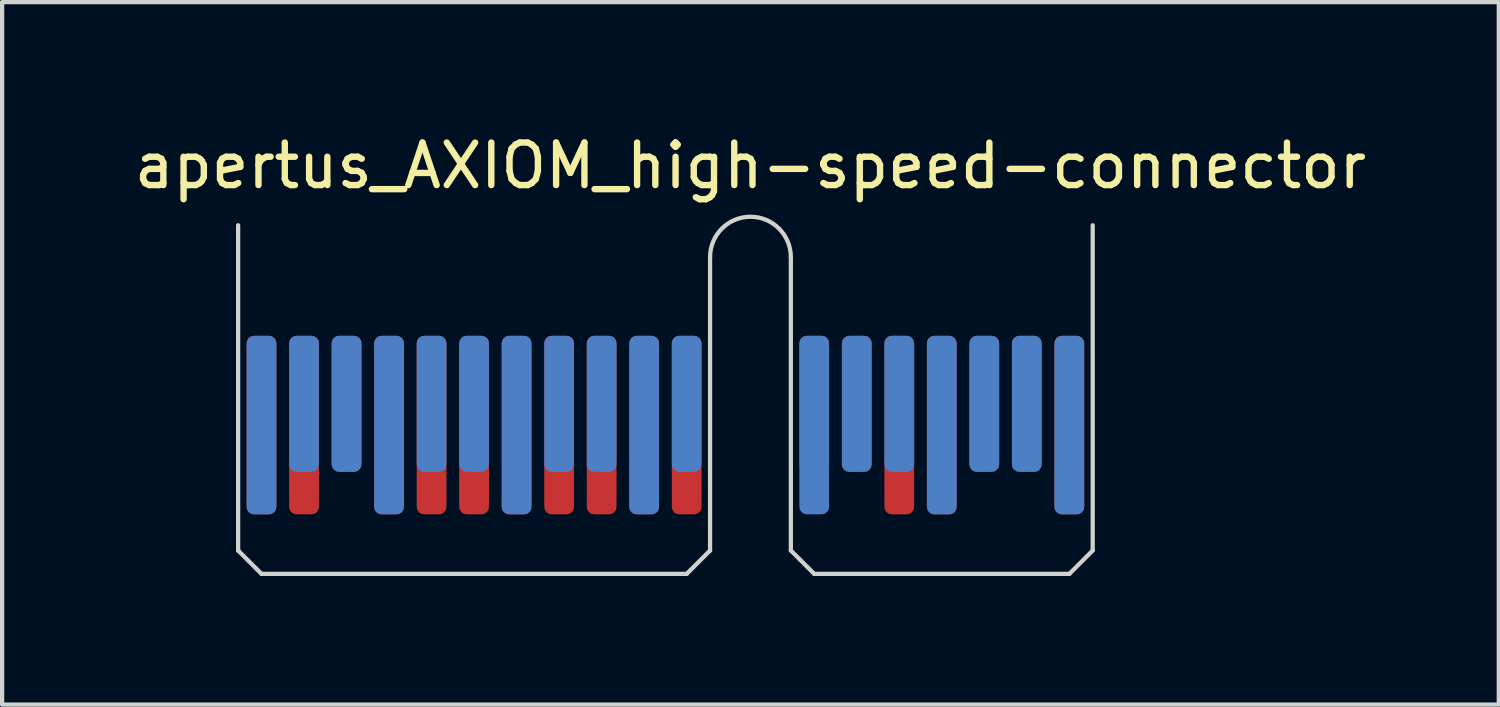
<source format=kicad_pcb>
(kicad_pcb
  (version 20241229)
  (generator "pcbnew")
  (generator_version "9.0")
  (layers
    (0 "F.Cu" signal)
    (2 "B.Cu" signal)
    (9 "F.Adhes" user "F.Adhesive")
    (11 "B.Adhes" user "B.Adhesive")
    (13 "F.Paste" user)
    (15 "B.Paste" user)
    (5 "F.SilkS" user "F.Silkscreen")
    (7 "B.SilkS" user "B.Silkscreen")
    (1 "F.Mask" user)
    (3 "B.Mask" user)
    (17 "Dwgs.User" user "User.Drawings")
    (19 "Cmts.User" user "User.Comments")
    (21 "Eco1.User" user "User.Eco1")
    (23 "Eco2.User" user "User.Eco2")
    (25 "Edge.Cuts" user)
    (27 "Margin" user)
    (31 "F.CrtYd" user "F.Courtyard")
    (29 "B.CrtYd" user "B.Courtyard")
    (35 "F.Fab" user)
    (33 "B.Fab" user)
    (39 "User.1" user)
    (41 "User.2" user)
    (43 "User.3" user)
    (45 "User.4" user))
  (footprint "apertus_AXIOM_high-speed-connector"
    (layer "F.Cu")
    (at 14.601 4.848)
    (property "Reference" "apertus_AXIOM_high-speed-connector" (at 0 -4 0) (layer "F.SilkS") (effects (font (size 1 1) (thickness 0.15))))
    (attr through_hole)
    (fp_poly (pts (xy -12.05 -0.15) (xy -0.95 -0.15) (xy -0.95 5.05) (xy -1.5 5.6) (xy -11.5 5.6) (xy -12.05 5.05)) (stroke (width 0.15) (type solid)) (fill yes) (layer "F.Mask"))
    (fp_poly (pts (xy 0.95 -0.15) (xy 8.05 -0.15) (xy 8.05 5.05) (xy 7.5 5.6) (xy 1.5 5.6) (xy 0.95 5.05)) (stroke (width 0.15) (type solid)) (fill yes) (layer "F.Mask"))
    (fp_poly (pts (xy -0.95 -0.15) (xy -12.05 -0.15) (xy -12.05 5.05) (xy -11.5 5.6) (xy -1.5 5.6) (xy -0.95 5.05)) (stroke (width 0.15) (type solid)) (fill yes) (layer "B.Mask"))
    (fp_poly (pts (xy 8.05 -0.15) (xy 0.95 -0.15) (xy 0.95 5.05) (xy 1.5 5.6) (xy 7.5 5.6) (xy 8.05 5.05)) (stroke (width 0.15) (type solid)) (fill yes) (layer "B.Mask"))
    (fp_line (start -12.05 -2.6) (end -12.05 5.05) (stroke (width 0.1) (type solid)) (layer "Edge.Cuts"))
    (fp_line (start -12.05 5.05) (end -11.5 5.6) (stroke (width 0.1) (type solid)) (layer "Edge.Cuts"))
    (fp_line (start -11.5 5.6) (end -1.5 5.6) (stroke (width 0.1) (type solid)) (layer "Edge.Cuts"))
    (fp_line (start -0.95 -1.85) (end -0.95 5.05) (stroke (width 0.1) (type solid)) (layer "Edge.Cuts"))
    (fp_line (start -0.95 5.05) (end -1.5 5.6) (stroke (width 0.1) (type solid)) (layer "Edge.Cuts"))
    (fp_line (start 0.95 -1.85) (end 0.95 5.05) (stroke (width 0.1) (type solid)) (layer "Edge.Cuts"))
    (fp_line (start 0.95 5.05) (end 1.5 5.6) (stroke (width 0.1) (type solid)) (layer "Edge.Cuts"))
    (fp_line (start 1.5 5.6) (end 7.5 5.6) (stroke (width 0.1) (type solid)) (layer "Edge.Cuts"))
    (fp_line (start 7.5 5.6) (end 8.05 5.05) (stroke (width 0.1) (type solid)) (layer "Edge.Cuts"))
    (fp_line (start 8.05 -2.6) (end 8.05 5.05) (stroke (width 0.1) (type solid)) (layer "Edge.Cuts"))
    (fp_arc (start -0.95 -1.85) (mid 0 -2.8) (end 0.95 -1.85) (stroke (width 0.1) (type solid)) (layer "Edge.Cuts"))
    (pad "A1" smd roundrect (at -11.5 2.1) (size 0.7 4.2) (layers "B.Cu") (roundrect_rratio 0.25))
    (pad "A2" smd roundrect (at -10.5 1.6) (size 0.7 3.2) (layers "B.Cu") (roundrect_rratio 0.25))
    (pad "A3" smd roundrect (at -9.5 1.6) (size 0.7 3.2) (layers "B.Cu") (roundrect_rratio 0.25))
    (pad "A4" smd roundrect (at -8.5 2.1) (size 0.7 4.2) (layers "B.Cu") (roundrect_rratio 0.25))
    (pad "A5" smd roundrect (at -7.5 1.6) (size 0.7 3.2) (layers "B.Cu") (roundrect_rratio 0.25))
    (pad "A6" smd roundrect (at -6.5 1.6) (size 0.7 3.2) (layers "B.Cu") (roundrect_rratio 0.25))
    (pad "A7" smd roundrect (at -5.5 2.1) (size 0.7 4.2) (layers "B.Cu") (roundrect_rratio 0.25))
    (pad "A8" smd roundrect (at -4.5 1.6) (size 0.7 3.2) (layers "B.Cu") (roundrect_rratio 0.25))
    (pad "A9" smd roundrect (at -3.5 1.6) (size 0.7 3.2) (layers "B.Cu") (roundrect_rratio 0.25))
    (pad "A10" smd roundrect (at -2.5 2.1) (size 0.7 4.2) (layers "B.Cu") (roundrect_rratio 0.25))
    (pad "A11" smd roundrect (at -1.5 1.6) (size 0.7 3.2) (layers "B.Cu") (roundrect_rratio 0.25))
    (pad "A12" smd roundrect (at 1.5 2.1) (size 0.7 4.2) (layers "B.Cu") (roundrect_rratio 0.25))
    (pad "A13" smd roundrect (at 2.5 1.6) (size 0.7 3.2) (layers "B.Cu") (roundrect_rratio 0.25))
    (pad "A14" smd roundrect (at 3.5 1.6) (size 0.7 3.2) (layers "B.Cu") (roundrect_rratio 0.25))
    (pad "A15" smd roundrect (at 4.5 2.1) (size 0.7 4.2) (layers "B.Cu") (roundrect_rratio 0.25))
    (pad "A16" smd roundrect (at 5.5 1.6) (size 0.7 3.2) (layers "B.Cu") (roundrect_rratio 0.25))
    (pad "A17" smd roundrect (at 6.5 1.6) (size 0.7 3.2) (layers "B.Cu") (roundrect_rratio 0.25))
    (pad "A18" smd roundrect (at 7.5 2.1) (size 0.7 4.2) (layers "B.Cu") (roundrect_rratio 0.25))
    (pad "B1" smd roundrect (at -11.5 2.1) (size 0.7 4.2) (layers "F.Cu") (roundrect_rratio 0.25))
    (pad "B2" smd roundrect (at -10.5 2.1) (size 0.7 4.2) (layers "F.Cu") (roundrect_rratio 0.25))
    (pad "B3" smd roundrect (at -9.5 1.6) (size 0.7 3.2) (layers "F.Cu") (roundrect_rratio 0.25))
    (pad "B4" smd roundrect (at -8.5 2.1) (size 0.7 4.2) (layers "F.Cu") (roundrect_rratio 0.25))
    (pad "B5" smd roundrect (at -7.5 2.1) (size 0.7 4.2) (layers "F.Cu") (roundrect_rratio 0.25))
    (pad "B6" smd roundrect (at -6.5 2.1) (size 0.7 4.2) (layers "F.Cu") (roundrect_rratio 0.25))
    (pad "B7" smd roundrect (at -5.5 2.1) (size 0.7 4.2) (layers "F.Cu") (roundrect_rratio 0.25))
    (pad "B8" smd roundrect (at -4.5 2.1) (size 0.7 4.2) (layers "F.Cu") (roundrect_rratio 0.25))
    (pad "B9" smd roundrect (at -3.5 2.1) (size 0.7 4.2) (layers "F.Cu") (roundrect_rratio 0.25))
    (pad "B10" smd roundrect (at -2.5 2.1) (size 0.7 4.2) (layers "F.Cu") (roundrect_rratio 0.25))
    (pad "B11" smd roundrect (at -1.5 2.1) (size 0.7 4.2) (layers "F.Cu") (roundrect_rratio 0.25))
    (pad "B12" smd roundrect (at 1.5 1.6) (size 0.7 3.2) (layers "F.Cu") (roundrect_rratio 0.25))
    (pad "B13" smd roundrect (at 2.5 1.6) (size 0.7 3.2) (layers "F.Cu") (roundrect_rratio 0.25))
    (pad "B14" smd roundrect (at 3.5 2.1) (size 0.7 4.2) (layers "F.Cu") (roundrect_rratio 0.25))
    (pad "B15" smd roundrect (at 4.5 2.1) (size 0.7 4.2) (layers "F.Cu") (roundrect_rratio 0.25))
    (pad "B16" smd roundrect (at 5.5 1.6) (size 0.7 3.2) (layers "F.Cu") (roundrect_rratio 0.25))
    (pad "B17" smd roundrect (at 6.5 1.6) (size 0.7 3.2) (layers "F.Cu") (roundrect_rratio 0.25))
    (pad "B18" smd roundrect (at 7.5 2.1) (size 0.7 4.2) (layers "F.Cu") (roundrect_rratio 0.25)))
  (gr_rect
    (start -3 -3)
    (end 32.202 13.523)
    (stroke (width 0.1) (type default))
    (fill no)
    (layer "Edge.Cuts")))
</source>
